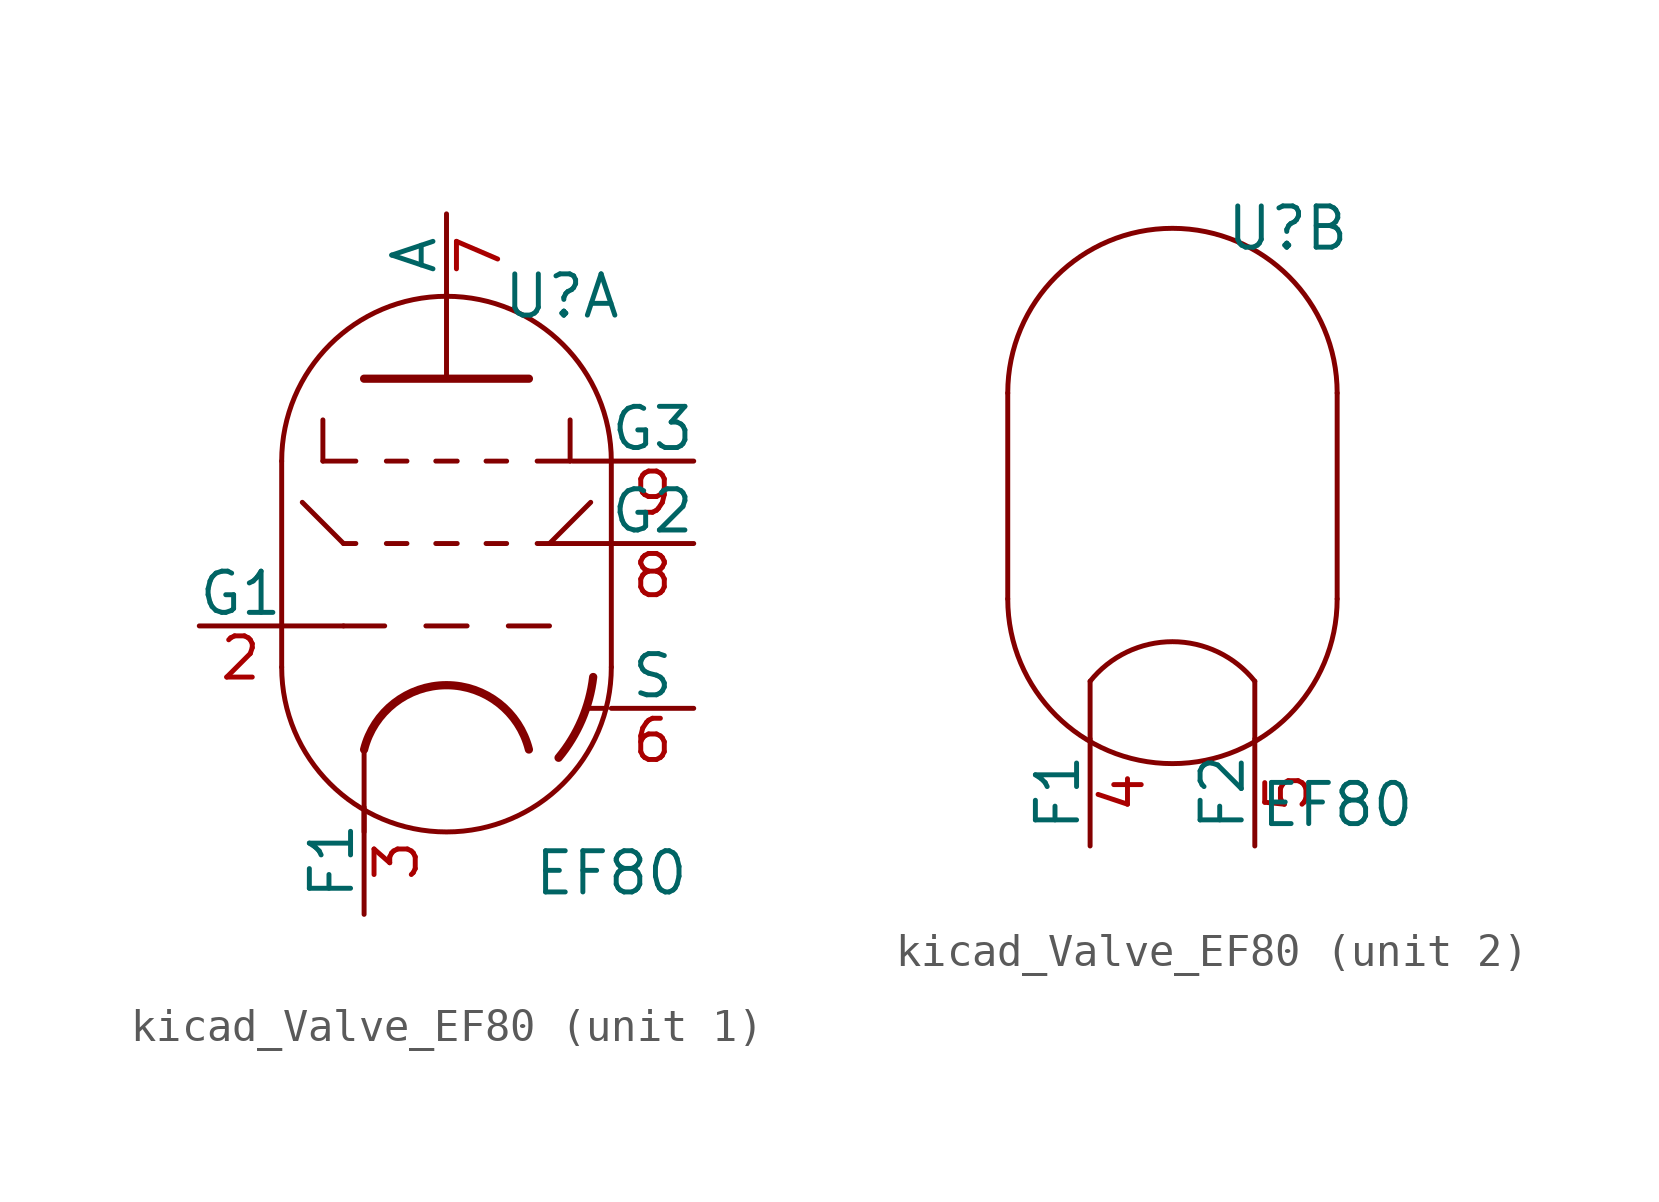
<source format=kicad_sym>
(kicad_symbol_lib
  (version 20220914)
  (generator kicad_symbol_editor)
  (symbol "kicad_Valve_EF80"
    (pin_names
      (offset 0))
    (property "Reference" "U"
      (at 3.556 8.89 0)
      (effects (font (size 1.27 1.27))))
    (property "Value" "EF80"
      (at 5.08 -8.89 0)
      (effects (font (size 1.27 1.27))))
    (property "ki_locked" ""
      (at 0 0 0)
      (effects (font (size 1.27 1.27))))
    (symbol "kicad_Valve_EF80_0_1"
      (arc (start -5.08 -2.54) (mid 0 -7.5979) (end 5.08 -2.54) (stroke (width 0) (type default)) (fill (type none)))
      (polyline (pts (xy -5.08 3.81) (xy -5.08 -2.54) (xy -5.08 -2.54)) (stroke (width 0) (type default)) (fill (type none)))
      (polyline (pts (xy 5.08 -2.54) (xy 5.08 3.81) (xy 5.08 3.81)) (stroke (width 0) (type default)) (fill (type none)))
      (arc (start 5.08 3.81) (mid 0 8.8679) (end -5.08 3.81) (stroke (width 0) (type default)) (fill (type none))))
    (symbol "kicad_Valve_EF80_1_0"
      (polyline (pts (xy -5.08 -1.27) (xy -3.175 -1.27)) (stroke (width 0) (type default)) (fill (type none)))
      (polyline (pts (xy -2.54 -5.08) (xy -2.54 -7.62)) (stroke (width 0) (type default)) (fill (type none)))
      (polyline (pts (xy -0.635 -1.27) (xy 0.635 -1.27)) (stroke (width 0.152) (type default)) (fill (type none)))
      (polyline (pts (xy 0 6.35) (xy 0 8.89)) (stroke (width 0) (type default)) (fill (type none)))
      (polyline (pts (xy 1.905 -1.27) (xy 3.175 -1.27)) (stroke (width 0.152) (type default)) (fill (type none)))
      (polyline (pts (xy 3.175 1.27) (xy 5.08 1.27)) (stroke (width 0) (type default)) (fill (type none)))
      (polyline (pts (xy 3.886 3.81) (xy 5.08 3.81)) (stroke (width 0) (type default)) (fill (type none)))
      (polyline (pts (xy 4.318 -3.785) (xy 4.343 -3.81)) (stroke (width 0) (type default)) (fill (type none)))
      (polyline (pts (xy 4.928 -3.81) (xy 4.343 -3.81)) (stroke (width 0) (type default)) (fill (type none))))
    (symbol "kicad_Valve_EF80_1_1"
      (polyline (pts (xy -4.445 2.54) (xy -3.175 1.27)) (stroke (width 0.152) (type default)) (fill (type none)))
      (polyline (pts (xy -3.81 3.81) (xy -2.794 3.81)) (stroke (width 0.152) (type default)) (fill (type none)))
      (polyline (pts (xy -3.81 5.08) (xy -3.81 3.81)) (stroke (width 0.152) (type default)) (fill (type none)))
      (polyline (pts (xy -3.175 1.27) (xy -2.794 1.27)) (stroke (width 0.152) (type default)) (fill (type none)))
      (polyline (pts (xy -1.905 -1.27) (xy -3.175 -1.27)) (stroke (width 0.152) (type default)) (fill (type none)))
      (polyline (pts (xy -1.854 1.27) (xy -1.219 1.27)) (stroke (width 0.152) (type default)) (fill (type none)))
      (polyline (pts (xy -1.854 3.81) (xy -1.219 3.81)) (stroke (width 0.152) (type default)) (fill (type none)))
      (polyline (pts (xy -0.33 1.27) (xy 0.33 1.27)) (stroke (width 0.152) (type default)) (fill (type none)))
      (polyline (pts (xy -0.33 3.81) (xy 0.33 3.81)) (stroke (width 0.152) (type default)) (fill (type none)))
      (polyline (pts (xy 1.219 1.27) (xy 1.854 1.27)) (stroke (width 0.152) (type default)) (fill (type none)))
      (polyline (pts (xy 1.219 3.81) (xy 1.854 3.81)) (stroke (width 0.152) (type default)) (fill (type none)))
      (polyline (pts (xy 2.794 1.27) (xy 3.175 1.27)) (stroke (width 0.152) (type default)) (fill (type none)))
      (polyline (pts (xy 3.81 3.81) (xy 2.794 3.81)) (stroke (width 0.152) (type default)) (fill (type none)))
      (polyline (pts (xy 3.81 5.08) (xy 3.81 3.81)) (stroke (width 0.152) (type default)) (fill (type none)))
      (polyline (pts (xy 4.445 2.54) (xy 3.175 1.27)) (stroke (width 0.152) (type default)) (fill (type none)))
      (polyline (pts (xy -2.54 6.35) (xy 2.54 6.35) (xy 2.54 6.35)) (stroke (width 0.254) (type default)) (fill (type none)))
      (arc (start 2.54 -5.08) (mid 0 -3.0968) (end -2.54 -5.08) (stroke (width 0.254) (type default)) (fill (type none)))
      (arc (start 3.4544 -5.334) (mid 4.168 -4.168) (end 4.5212 -2.8448) (stroke (width 0.254) (type default)) (fill (type none)))
      (pin input line (at -7.62 -1.27 0) (length 2.54) (name "G1" (effects (font (size 1.27 1.27)))) (number "2" (effects (font (size 1.27 1.27)))))
      (pin power_in line (at -2.54 -10.16 90) (length 3.302) (name "F1" (effects (font (size 1.27 1.27)))) (number "3" (effects (font (size 1.27 1.27)))))
      (pin input line (at 7.62 -3.81 180) (length 2.54) (name "S" (effects (font (size 1.27 1.27)))) (number "6" (effects (font (size 1.27 1.27)))))
      (pin output line (at 0 11.43 270) (length 2.54) (name "A" (effects (font (size 1.27 1.27)))) (number "7" (effects (font (size 1.27 1.27)))))
      (pin input line (at 7.62 1.27 180) (length 2.54) (name "G2" (effects (font (size 1.27 1.27)))) (number "8" (effects (font (size 1.27 1.27)))))
      (pin input line (at 7.62 3.81 180) (length 2.54) (name "G3" (effects (font (size 1.27 1.27)))) (number "9" (effects (font (size 1.27 1.27))))))
    (symbol "kicad_Valve_EF80_2_1"
      (polyline (pts (xy -2.54 -6.858) (xy -2.54 -5.08) (xy -2.54 -5.08)) (stroke (width 0) (type default)) (fill (type none)))
      (polyline (pts (xy 2.54 -6.858) (xy 2.54 -5.08) (xy 2.54 -5.08)) (stroke (width 0) (type default)) (fill (type none)))
      (arc (start 2.54 -5.08) (mid 0 -3.8592) (end -2.54 -5.08) (stroke (width 0) (type default)) (fill (type none)))
      (pin power_in line (at -2.54 -10.16 90) (length 3.302) (name "F1" (effects (font (size 1.27 1.27)))) (number "4" (effects (font (size 1.27 1.27)))))
      (pin power_in line (at 2.54 -10.16 90) (length 3.302) (name "F2" (effects (font (size 1.27 1.27)))) (number "5" (effects (font (size 1.27 1.27))))))))
</source>
